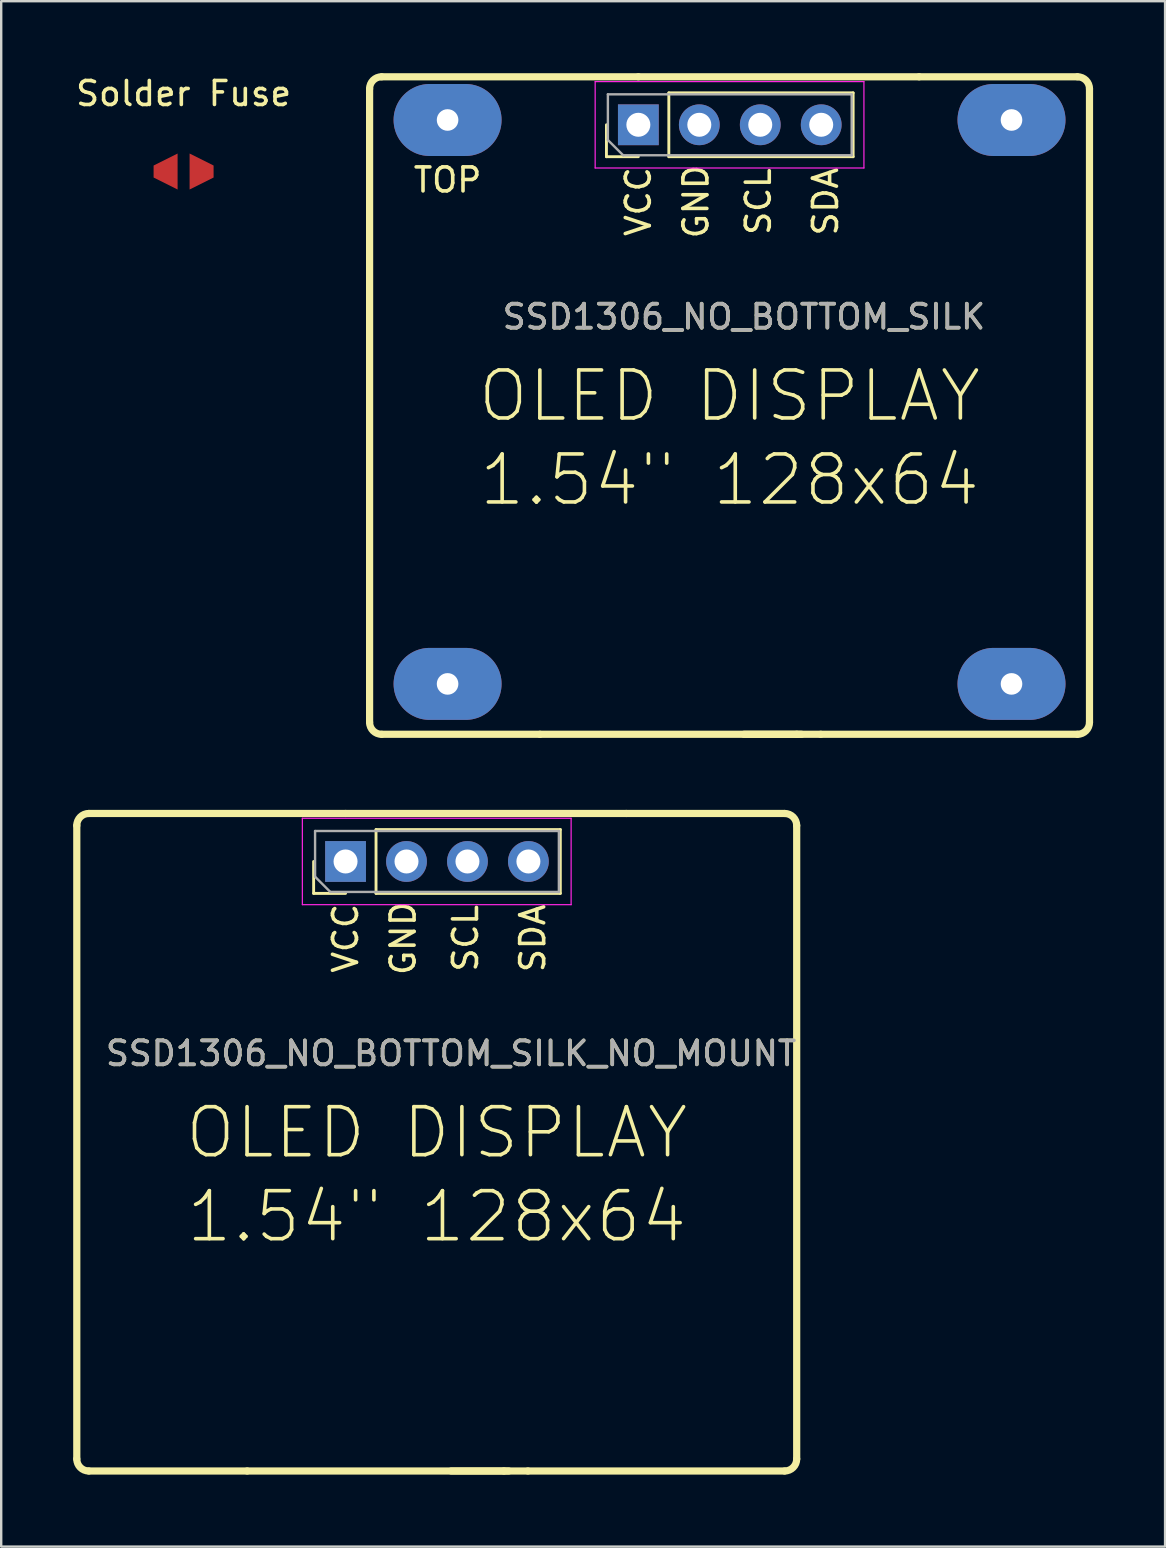
<source format=kicad_pcb>
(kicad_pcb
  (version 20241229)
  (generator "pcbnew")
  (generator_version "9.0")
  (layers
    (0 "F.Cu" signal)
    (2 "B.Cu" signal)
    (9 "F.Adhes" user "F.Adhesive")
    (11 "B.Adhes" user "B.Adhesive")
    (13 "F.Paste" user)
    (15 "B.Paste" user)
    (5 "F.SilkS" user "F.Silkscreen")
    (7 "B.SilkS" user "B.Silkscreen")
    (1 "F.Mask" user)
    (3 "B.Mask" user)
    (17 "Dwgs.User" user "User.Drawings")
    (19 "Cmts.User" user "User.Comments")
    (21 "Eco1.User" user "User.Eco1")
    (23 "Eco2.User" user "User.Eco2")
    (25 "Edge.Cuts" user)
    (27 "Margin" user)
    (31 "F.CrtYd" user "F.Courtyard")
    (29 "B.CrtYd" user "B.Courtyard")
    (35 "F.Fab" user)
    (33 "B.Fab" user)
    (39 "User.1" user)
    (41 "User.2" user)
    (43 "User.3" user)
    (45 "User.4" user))
  (footprint "SSD1306_NO_BOTTOM_SILK"
    (layer "F.Cu")
    (at 27.352 3.95)
    (property "Reference" "SSD1306_NO_BOTTOM_SILK" (at 0.6 6.2 180) (layer "F.SilkS") (effects (font (size 1 1) (thickness 0.15))))
    (attr through_hole)
    (fp_line (start -15 23.1) (end -15 -3.3) (stroke (width 0.3) (type solid)) (layer "F.SilkS"))
    (fp_line (start -14.5 -3.8) (end -3.8 -3.8) (stroke (width 0.3) (type solid)) (layer "F.SilkS"))
    (fp_line (start -14.5 23.6) (end -7.9 23.6) (stroke (width 0.3) (type solid)) (layer "F.SilkS"))
    (fp_line (start -5.13 -0.47) (end -5.13 -1.8) (stroke (width 0.12) (type solid)) (layer "F.SilkS"))
    (fp_line (start -3.8 -3.8) (end 7.9 -3.8) (stroke (width 0.3) (type solid)) (layer "F.SilkS"))
    (fp_line (start -3.8 -0.47) (end -5.13 -0.47) (stroke (width 0.12) (type solid)) (layer "F.SilkS"))
    (fp_line (start -2.53 -3.13) (end 5.15 -3.13) (stroke (width 0.12) (type solid)) (layer "F.SilkS"))
    (fp_line (start -2.53 -0.47) (end -2.53 -3.13) (stroke (width 0.12) (type solid)) (layer "F.SilkS"))
    (fp_line (start -2.53 -0.47) (end 5.15 -0.47) (stroke (width 0.12) (type solid)) (layer "F.SilkS"))
    (fp_line (start 0.6 23.6) (end 2.8 23.6) (stroke (width 0.3) (type solid)) (layer "F.SilkS"))
    (fp_line (start 2.8 23.6) (end 3 23.6) (stroke (width 0.3) (type solid)) (layer "F.SilkS"))
    (fp_line (start 3.8 23.6) (end -7.9 23.6) (stroke (width 0.3) (type solid)) (layer "F.SilkS"))
    (fp_line (start 5.15 -0.47) (end 5.15 -3.13) (stroke (width 0.12) (type solid)) (layer "F.SilkS"))
    (fp_line (start 14.5 -3.8) (end 7.9 -3.8) (stroke (width 0.3) (type solid)) (layer "F.SilkS"))
    (fp_line (start 14.5 23.6) (end 3.8 23.6) (stroke (width 0.3) (type solid)) (layer "F.SilkS"))
    (fp_line (start 15 -3.3) (end 15 23.1) (stroke (width 0.3) (type solid)) (layer "F.SilkS"))
    (fp_arc (start -15 -3.3) (mid -14.853553 -3.653553) (end -14.5 -3.8) (stroke (width 0.3) (type solid)) (layer "F.SilkS"))
    (fp_arc (start -14.5 23.6) (mid -14.853553 23.453553) (end -15 23.1) (stroke (width 0.3) (type solid)) (layer "F.SilkS"))
    (fp_arc (start 14.5 -3.8) (mid 14.853553 -3.653553) (end 15 -3.3) (stroke (width 0.3) (type solid)) (layer "F.SilkS"))
    (fp_arc (start 15 23.1) (mid 14.853553 23.453553) (end 14.5 23.6) (stroke (width 0.3) (type solid)) (layer "F.SilkS"))
    (fp_line (start -5.6 -3.6) (end -5.6 0) (stroke (width 0.05) (type solid)) (layer "F.CrtYd"))
    (fp_line (start -5.6 0) (end 5.6 0) (stroke (width 0.05) (type solid)) (layer "F.CrtYd"))
    (fp_line (start 5.6 -3.6) (end -5.6 -3.6) (stroke (width 0.05) (type solid)) (layer "F.CrtYd"))
    (fp_line (start 5.6 0) (end 5.6 -3.6) (stroke (width 0.05) (type solid)) (layer "F.CrtYd"))
    (fp_line (start -5.07 -3.07) (end 5.09 -3.07) (stroke (width 0.1) (type solid)) (layer "F.Fab"))
    (fp_line (start -5.07 -1.165) (end -5.07 -3.07) (stroke (width 0.1) (type solid)) (layer "F.Fab"))
    (fp_line (start -4.435 -0.53) (end -5.07 -1.165) (stroke (width 0.1) (type solid)) (layer "F.Fab"))
    (fp_line (start 5.09 -3.07) (end 5.09 -0.53) (stroke (width 0.1) (type solid)) (layer "F.Fab"))
    (fp_line (start 5.09 -0.53) (end -4.435 -0.53) (stroke (width 0.1) (type solid)) (layer "F.Fab"))
    (fp_text user "VCC" (at -3.8 1.4 90) (layer "F.SilkS") (effects (font (size 1 1) (thickness 0.15))))
    (fp_text user "SCL" (at 1.2 1.4 90) (layer "F.SilkS") (effects (font (size 1 1) (thickness 0.15))))
    (fp_text user "TOP" (at -11.75 0.5 0) (layer "F.SilkS") (effects (font (size 1 1) (thickness 0.15))))
    (fp_text user "OLED DISPLAY" (at 0 9.5 0) (layer "F.SilkS") (effects (font (size 2 2) (thickness 0.15))))
    (fp_text user "SDA" (at 4 1.4 90) (layer "F.SilkS") (effects (font (size 1 1) (thickness 0.15))))
    (fp_text user "GND" (at -1.4 1.4 90) (layer "F.SilkS") (effects (font (size 1 1) (thickness 0.15))))
    (fp_text user "1.54\" 128x64" (at 0 13 0) (layer "F.SilkS") (effects (font (size 2 2) (thickness 0.15))))
    (fp_text user "${REFERENCE}" (at 0.6 6.2 180) (layer "F.Fab") (effects (font (size 1 1) (thickness 0.15))))
    (pad "1" thru_hole rect (at -3.8 -1.8 180) (size 1.7 1.7) (drill 1) (layers "*.Cu" "*.Mask"))
    (pad "2" thru_hole oval (at -1.26 -1.8 90) (size 1.7 1.7) (drill 1) (layers "*.Cu" "*.Mask"))
    (pad "3" thru_hole oval (at 1.28 -1.8 90) (size 1.7 1.7) (drill 1) (layers "*.Cu" "*.Mask"))
    (pad "4" thru_hole oval (at 3.82 -1.8 90) (size 1.7 1.7) (drill 1) (layers "*.Cu" "*.Mask"))
    (pad "5" thru_hole oval (at -11.75 -2) (size 4.5 3) (drill 0.9) (layers "*.Cu" "*.Mask"))
    (pad "5" thru_hole oval (at -11.75 21.5) (size 4.5 3) (drill 0.9) (layers "*.Cu" "*.Mask"))
    (pad "5" thru_hole oval (at 11.75 -2) (size 4.5 3) (drill 0.9) (layers "*.Cu" "*.Mask"))
    (pad "5" thru_hole oval (at 11.75 21.5) (size 4.5 3) (drill 0.9) (layers "*.Cu" "*.Mask")))
  (footprint "SSD1306_NO_BOTTOM_SILK_NO_MOUNT"
    (layer "F.Cu")
    (at 15.15 34.65)
    (property "Reference" "SSD1306_NO_BOTTOM_SILK_NO_MOUNT" (at 0.6 6.2 180) (layer "F.SilkS") (effects (font (size 1 1) (thickness 0.15))))
    (attr through_hole)
    (fp_line (start -15 23.1) (end -15 -3.3) (stroke (width 0.3) (type solid)) (layer "F.SilkS"))
    (fp_line (start -14.5 -3.8) (end -3.8 -3.8) (stroke (width 0.3) (type solid)) (layer "F.SilkS"))
    (fp_line (start -14.5 23.6) (end -7.9 23.6) (stroke (width 0.3) (type solid)) (layer "F.SilkS"))
    (fp_line (start -5.13 -0.47) (end -5.13 -1.8) (stroke (width 0.12) (type solid)) (layer "F.SilkS"))
    (fp_line (start -3.8 -3.8) (end 7.9 -3.8) (stroke (width 0.3) (type solid)) (layer "F.SilkS"))
    (fp_line (start -3.8 -0.47) (end -5.13 -0.47) (stroke (width 0.12) (type solid)) (layer "F.SilkS"))
    (fp_line (start -2.53 -3.13) (end 5.15 -3.13) (stroke (width 0.12) (type solid)) (layer "F.SilkS"))
    (fp_line (start -2.53 -0.47) (end -2.53 -3.13) (stroke (width 0.12) (type solid)) (layer "F.SilkS"))
    (fp_line (start -2.53 -0.47) (end 5.15 -0.47) (stroke (width 0.12) (type solid)) (layer "F.SilkS"))
    (fp_line (start 0.6 23.6) (end 2.8 23.6) (stroke (width 0.3) (type solid)) (layer "F.SilkS"))
    (fp_line (start 2.8 23.6) (end 3 23.6) (stroke (width 0.3) (type solid)) (layer "F.SilkS"))
    (fp_line (start 3.8 23.6) (end -7.9 23.6) (stroke (width 0.3) (type solid)) (layer "F.SilkS"))
    (fp_line (start 5.15 -0.47) (end 5.15 -3.13) (stroke (width 0.12) (type solid)) (layer "F.SilkS"))
    (fp_line (start 14.5 -3.8) (end 7.9 -3.8) (stroke (width 0.3) (type solid)) (layer "F.SilkS"))
    (fp_line (start 14.5 23.6) (end 3.8 23.6) (stroke (width 0.3) (type solid)) (layer "F.SilkS"))
    (fp_line (start 15 -3.3) (end 15 23.1) (stroke (width 0.3) (type solid)) (layer "F.SilkS"))
    (fp_arc (start -15 -3.3) (mid -14.853553 -3.653553) (end -14.5 -3.8) (stroke (width 0.3) (type solid)) (layer "F.SilkS"))
    (fp_arc (start -14.5 23.6) (mid -14.853553 23.453553) (end -15 23.1) (stroke (width 0.3) (type solid)) (layer "F.SilkS"))
    (fp_arc (start 14.5 -3.8) (mid 14.853553 -3.653553) (end 15 -3.3) (stroke (width 0.3) (type solid)) (layer "F.SilkS"))
    (fp_arc (start 15 23.1) (mid 14.853553 23.453553) (end 14.5 23.6) (stroke (width 0.3) (type solid)) (layer "F.SilkS"))
    (fp_line (start -5.6 -3.6) (end -5.6 0) (stroke (width 0.05) (type solid)) (layer "F.CrtYd"))
    (fp_line (start -5.6 0) (end 5.6 0) (stroke (width 0.05) (type solid)) (layer "F.CrtYd"))
    (fp_line (start 5.6 -3.6) (end -5.6 -3.6) (stroke (width 0.05) (type solid)) (layer "F.CrtYd"))
    (fp_line (start 5.6 0) (end 5.6 -3.6) (stroke (width 0.05) (type solid)) (layer "F.CrtYd"))
    (fp_line (start -5.07 -3.07) (end 5.09 -3.07) (stroke (width 0.1) (type solid)) (layer "F.Fab"))
    (fp_line (start -5.07 -1.165) (end -5.07 -3.07) (stroke (width 0.1) (type solid)) (layer "F.Fab"))
    (fp_line (start -4.435 -0.53) (end -5.07 -1.165) (stroke (width 0.1) (type solid)) (layer "F.Fab"))
    (fp_line (start 5.09 -3.07) (end 5.09 -0.53) (stroke (width 0.1) (type solid)) (layer "F.Fab"))
    (fp_line (start 5.09 -0.53) (end -4.435 -0.53) (stroke (width 0.1) (type solid)) (layer "F.Fab"))
    (fp_text user "SCL" (at 1.2 1.4 90) (layer "F.SilkS") (effects (font (size 1 1) (thickness 0.15))))
    (fp_text user "SDA" (at 4 1.4 90) (layer "F.SilkS") (effects (font (size 1 1) (thickness 0.15))))
    (fp_text user "VCC" (at -3.8 1.4 90) (layer "F.SilkS") (effects (font (size 1 1) (thickness 0.15))))
    (fp_text user "GND" (at -1.4 1.4 90) (layer "F.SilkS") (effects (font (size 1 1) (thickness 0.15))))
    (fp_text user "OLED DISPLAY" (at 0 9.5 0) (layer "F.SilkS") (effects (font (size 2 2) (thickness 0.15))))
    (fp_text user "1.54\" 128x64" (at 0 13 0) (layer "F.SilkS") (effects (font (size 2 2) (thickness 0.15))))
    (fp_text user "${REFERENCE}" (at 0.6 6.2 180) (layer "F.Fab") (effects (font (size 1 1) (thickness 0.15))))
    (pad "1" thru_hole rect (at -3.8 -1.8 180) (size 1.7 1.7) (drill 1) (layers "*.Cu" "*.Mask"))
    (pad "2" thru_hole oval (at -1.26 -1.8 90) (size 1.7 1.7) (drill 1) (layers "*.Cu" "*.Mask"))
    (pad "3" thru_hole oval (at 1.28 -1.8 90) (size 1.7 1.7) (drill 1) (layers "*.Cu" "*.Mask"))
    (pad "4" thru_hole oval (at 3.82 -1.8 90) (size 1.7 1.7) (drill 1) (layers "*.Cu" "*.Mask")))
  (footprint "Solder Fuse"
    (layer "F.Cu")
    (at 4.601 4.098)
    (property "Reference" "Solder Fuse" (at 0 -3.25 0) (layer "F.SilkS") (effects (font (size 1 1) (thickness 0.15))))
    (attr through_hole)
    (pad "1" smd trapezoid (at -0.75 0 90) (size 1 1) (rect_delta 0 0.5) (layers "F.Cu" "F.Mask" "F.Paste"))
    (pad "2" smd trapezoid (at 0.75 0 270) (size 1 1) (rect_delta 0 0.5) (layers "F.Cu" "F.Mask" "F.Paste")))
  (gr_rect
    (start -3 -3)
    (end 45.502 61.4)
    (stroke (width 0.1) (type default))
    (fill no)
    (layer "Edge.Cuts")))
</source>
